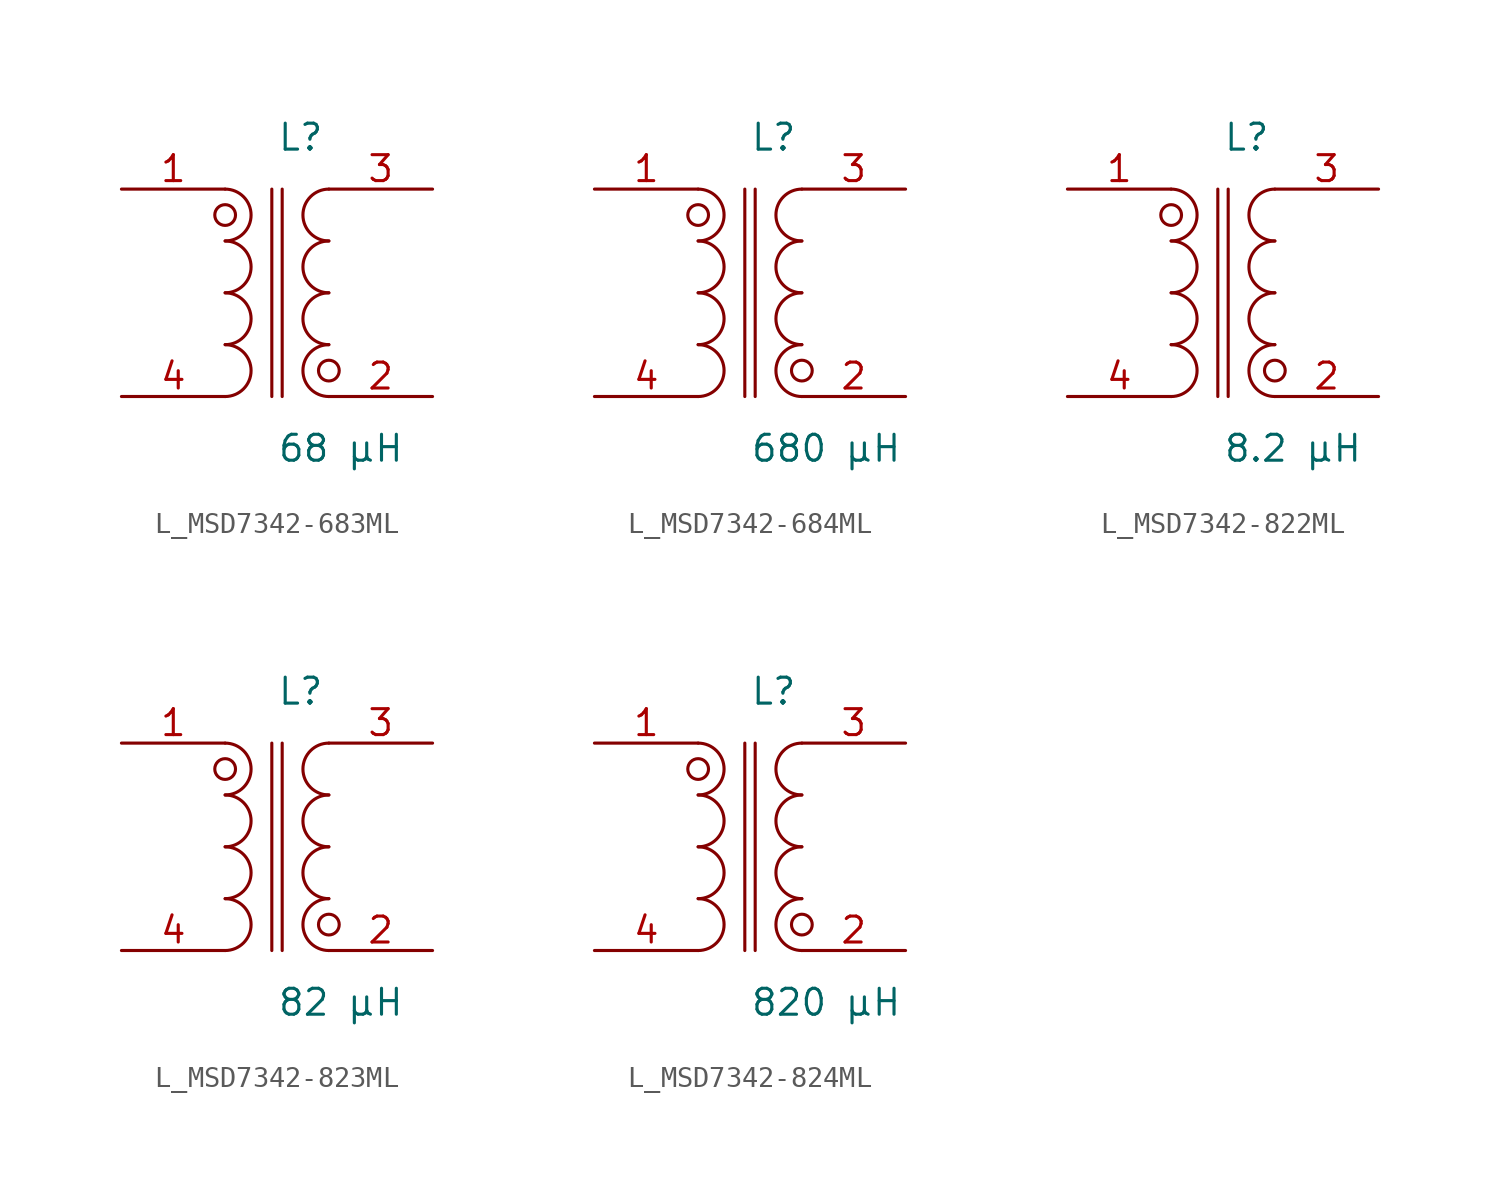
<source format=kicad_sym>
(kicad_symbol_lib
  (version 20231120)
  (generator kicad_symbol_editor)
  (generator_version 8.0)
  (symbol "L_MSD7342-683ML"
    (pin_names
      (offset 0.254))
    (property "Value" "68 µH"
      (at 0 -7.62 0)
      (effects (font (size 1.27 1.27)) (justify left)))
    (property "Reference" "L"
      (at 0 7.62 0)
      (effects (font (size 1.27 1.27)) (justify left)))
    (symbol "L_MSD7342-683ML_1_1"
      (arc (start -2.54 -5.08) (mid -1.27 -3.81) (end -2.54 -2.54) (stroke (width 0) (type default)) (fill (type none)))
      (arc (start -2.54 -2.54) (mid -1.27 -1.27) (end -2.54 0.0) (stroke (width 0) (type default)) (fill (type none)))
      (arc (start -2.54 0.0) (mid -1.27 1.27) (end -2.54 2.54) (stroke (width 0) (type default)) (fill (type none)))
      (arc (start -2.54 2.54) (mid -1.27 3.81) (end -2.54 5.08) (stroke (width 0) (type default)) (fill (type none)))
      (arc (start 2.54 5.08) (mid 1.27 3.81) (end 2.54 2.54) (stroke (width 0) (type default)) (fill (type none)))
      (arc (start 2.54 2.54) (mid 1.27 1.27) (end 2.54 0.0) (stroke (width 0) (type default)) (fill (type none)))
      (arc (start 2.54 0.0) (mid 1.27 -1.27) (end 2.54 -2.54) (stroke (width 0) (type default)) (fill (type none)))
      (arc (start 2.54 -2.54) (mid 1.27 -3.81) (end 2.54 -5.08) (stroke (width 0) (type default)) (fill (type none)))
      (circle (center -2.54 3.81) (radius 0.508) (stroke (width 0) (type default)) (fill (type none)))
      (circle (center 2.54 -3.81) (radius 0.508) (stroke (width 0) (type default)) (fill (type none)))
      (polyline (pts (xy -0.254 5.08) (xy -0.254 -5.08)) (stroke (width 0) (type default)) (fill (type none)))
      (polyline (pts (xy 0.254 5.08) (xy 0.254 -5.08)) (stroke (width 0) (type default)) (fill (type none)))
      (pin unspecified line (at -7.62 5.08 0) (length 5.08) (name "" (effects (font (size 1.27 1.27)))) (number "1" (effects (font (size 1.27 1.27)))))
      (pin unspecified line (at -7.62 -5.08 0) (length 5.08) (name "" (effects (font (size 1.27 1.27)))) (number "4" (effects (font (size 1.27 1.27)))))
      (pin unspecified line (at 7.62 5.08 180) (length 5.08) (name "" (effects (font (size 1.27 1.27)))) (number "3" (effects (font (size 1.27 1.27)))))
      (pin unspecified line (at 7.62 -5.08 180) (length 5.08) (name "" (effects (font (size 1.27 1.27)))) (number "2" (effects (font (size 1.27 1.27)))))))
  (symbol "L_MSD7342-684ML"
    (pin_names
      (offset 0.254))
    (property "Value" "680 µH"
      (at 0 -7.62 0)
      (effects (font (size 1.27 1.27)) (justify left)))
    (property "Reference" "L"
      (at 0 7.62 0)
      (effects (font (size 1.27 1.27)) (justify left)))
    (symbol "L_MSD7342-684ML_1_1"
      (arc (start -2.54 -5.08) (mid -1.27 -3.81) (end -2.54 -2.54) (stroke (width 0) (type default)) (fill (type none)))
      (arc (start -2.54 -2.54) (mid -1.27 -1.27) (end -2.54 0.0) (stroke (width 0) (type default)) (fill (type none)))
      (arc (start -2.54 0.0) (mid -1.27 1.27) (end -2.54 2.54) (stroke (width 0) (type default)) (fill (type none)))
      (arc (start -2.54 2.54) (mid -1.27 3.81) (end -2.54 5.08) (stroke (width 0) (type default)) (fill (type none)))
      (arc (start 2.54 5.08) (mid 1.27 3.81) (end 2.54 2.54) (stroke (width 0) (type default)) (fill (type none)))
      (arc (start 2.54 2.54) (mid 1.27 1.27) (end 2.54 0.0) (stroke (width 0) (type default)) (fill (type none)))
      (arc (start 2.54 0.0) (mid 1.27 -1.27) (end 2.54 -2.54) (stroke (width 0) (type default)) (fill (type none)))
      (arc (start 2.54 -2.54) (mid 1.27 -3.81) (end 2.54 -5.08) (stroke (width 0) (type default)) (fill (type none)))
      (circle (center -2.54 3.81) (radius 0.508) (stroke (width 0) (type default)) (fill (type none)))
      (circle (center 2.54 -3.81) (radius 0.508) (stroke (width 0) (type default)) (fill (type none)))
      (polyline (pts (xy -0.254 5.08) (xy -0.254 -5.08)) (stroke (width 0) (type default)) (fill (type none)))
      (polyline (pts (xy 0.254 5.08) (xy 0.254 -5.08)) (stroke (width 0) (type default)) (fill (type none)))
      (pin unspecified line (at -7.62 5.08 0) (length 5.08) (name "" (effects (font (size 1.27 1.27)))) (number "1" (effects (font (size 1.27 1.27)))))
      (pin unspecified line (at -7.62 -5.08 0) (length 5.08) (name "" (effects (font (size 1.27 1.27)))) (number "4" (effects (font (size 1.27 1.27)))))
      (pin unspecified line (at 7.62 5.08 180) (length 5.08) (name "" (effects (font (size 1.27 1.27)))) (number "3" (effects (font (size 1.27 1.27)))))
      (pin unspecified line (at 7.62 -5.08 180) (length 5.08) (name "" (effects (font (size 1.27 1.27)))) (number "2" (effects (font (size 1.27 1.27)))))))
  (symbol "L_MSD7342-822ML"
    (pin_names
      (offset 0.254))
    (property "Value" "8.2 µH"
      (at 0 -7.62 0)
      (effects (font (size 1.27 1.27)) (justify left)))
    (property "Reference" "L"
      (at 0 7.62 0)
      (effects (font (size 1.27 1.27)) (justify left)))
    (symbol "L_MSD7342-822ML_1_1"
      (arc (start -2.54 -5.08) (mid -1.27 -3.81) (end -2.54 -2.54) (stroke (width 0) (type default)) (fill (type none)))
      (arc (start -2.54 -2.54) (mid -1.27 -1.27) (end -2.54 0.0) (stroke (width 0) (type default)) (fill (type none)))
      (arc (start -2.54 0.0) (mid -1.27 1.27) (end -2.54 2.54) (stroke (width 0) (type default)) (fill (type none)))
      (arc (start -2.54 2.54) (mid -1.27 3.81) (end -2.54 5.08) (stroke (width 0) (type default)) (fill (type none)))
      (arc (start 2.54 5.08) (mid 1.27 3.81) (end 2.54 2.54) (stroke (width 0) (type default)) (fill (type none)))
      (arc (start 2.54 2.54) (mid 1.27 1.27) (end 2.54 0.0) (stroke (width 0) (type default)) (fill (type none)))
      (arc (start 2.54 0.0) (mid 1.27 -1.27) (end 2.54 -2.54) (stroke (width 0) (type default)) (fill (type none)))
      (arc (start 2.54 -2.54) (mid 1.27 -3.81) (end 2.54 -5.08) (stroke (width 0) (type default)) (fill (type none)))
      (circle (center -2.54 3.81) (radius 0.508) (stroke (width 0) (type default)) (fill (type none)))
      (circle (center 2.54 -3.81) (radius 0.508) (stroke (width 0) (type default)) (fill (type none)))
      (polyline (pts (xy -0.254 5.08) (xy -0.254 -5.08)) (stroke (width 0) (type default)) (fill (type none)))
      (polyline (pts (xy 0.254 5.08) (xy 0.254 -5.08)) (stroke (width 0) (type default)) (fill (type none)))
      (pin unspecified line (at -7.62 5.08 0) (length 5.08) (name "" (effects (font (size 1.27 1.27)))) (number "1" (effects (font (size 1.27 1.27)))))
      (pin unspecified line (at -7.62 -5.08 0) (length 5.08) (name "" (effects (font (size 1.27 1.27)))) (number "4" (effects (font (size 1.27 1.27)))))
      (pin unspecified line (at 7.62 5.08 180) (length 5.08) (name "" (effects (font (size 1.27 1.27)))) (number "3" (effects (font (size 1.27 1.27)))))
      (pin unspecified line (at 7.62 -5.08 180) (length 5.08) (name "" (effects (font (size 1.27 1.27)))) (number "2" (effects (font (size 1.27 1.27)))))))
  (symbol "L_MSD7342-823ML"
    (pin_names
      (offset 0.254))
    (property "Value" "82 µH"
      (at 0 -7.62 0)
      (effects (font (size 1.27 1.27)) (justify left)))
    (property "Reference" "L"
      (at 0 7.62 0)
      (effects (font (size 1.27 1.27)) (justify left)))
    (symbol "L_MSD7342-823ML_1_1"
      (arc (start -2.54 -5.08) (mid -1.27 -3.81) (end -2.54 -2.54) (stroke (width 0) (type default)) (fill (type none)))
      (arc (start -2.54 -2.54) (mid -1.27 -1.27) (end -2.54 0.0) (stroke (width 0) (type default)) (fill (type none)))
      (arc (start -2.54 0.0) (mid -1.27 1.27) (end -2.54 2.54) (stroke (width 0) (type default)) (fill (type none)))
      (arc (start -2.54 2.54) (mid -1.27 3.81) (end -2.54 5.08) (stroke (width 0) (type default)) (fill (type none)))
      (arc (start 2.54 5.08) (mid 1.27 3.81) (end 2.54 2.54) (stroke (width 0) (type default)) (fill (type none)))
      (arc (start 2.54 2.54) (mid 1.27 1.27) (end 2.54 0.0) (stroke (width 0) (type default)) (fill (type none)))
      (arc (start 2.54 0.0) (mid 1.27 -1.27) (end 2.54 -2.54) (stroke (width 0) (type default)) (fill (type none)))
      (arc (start 2.54 -2.54) (mid 1.27 -3.81) (end 2.54 -5.08) (stroke (width 0) (type default)) (fill (type none)))
      (circle (center -2.54 3.81) (radius 0.508) (stroke (width 0) (type default)) (fill (type none)))
      (circle (center 2.54 -3.81) (radius 0.508) (stroke (width 0) (type default)) (fill (type none)))
      (polyline (pts (xy -0.254 5.08) (xy -0.254 -5.08)) (stroke (width 0) (type default)) (fill (type none)))
      (polyline (pts (xy 0.254 5.08) (xy 0.254 -5.08)) (stroke (width 0) (type default)) (fill (type none)))
      (pin unspecified line (at -7.62 5.08 0) (length 5.08) (name "" (effects (font (size 1.27 1.27)))) (number "1" (effects (font (size 1.27 1.27)))))
      (pin unspecified line (at -7.62 -5.08 0) (length 5.08) (name "" (effects (font (size 1.27 1.27)))) (number "4" (effects (font (size 1.27 1.27)))))
      (pin unspecified line (at 7.62 5.08 180) (length 5.08) (name "" (effects (font (size 1.27 1.27)))) (number "3" (effects (font (size 1.27 1.27)))))
      (pin unspecified line (at 7.62 -5.08 180) (length 5.08) (name "" (effects (font (size 1.27 1.27)))) (number "2" (effects (font (size 1.27 1.27)))))))
  (symbol "L_MSD7342-824ML"
    (pin_names
      (offset 0.254))
    (property "Value" "820 µH"
      (at 0 -7.62 0)
      (effects (font (size 1.27 1.27)) (justify left)))
    (property "Reference" "L"
      (at 0 7.62 0)
      (effects (font (size 1.27 1.27)) (justify left)))
    (symbol "L_MSD7342-824ML_1_1"
      (arc (start -2.54 -5.08) (mid -1.27 -3.81) (end -2.54 -2.54) (stroke (width 0) (type default)) (fill (type none)))
      (arc (start -2.54 -2.54) (mid -1.27 -1.27) (end -2.54 0.0) (stroke (width 0) (type default)) (fill (type none)))
      (arc (start -2.54 0.0) (mid -1.27 1.27) (end -2.54 2.54) (stroke (width 0) (type default)) (fill (type none)))
      (arc (start -2.54 2.54) (mid -1.27 3.81) (end -2.54 5.08) (stroke (width 0) (type default)) (fill (type none)))
      (arc (start 2.54 5.08) (mid 1.27 3.81) (end 2.54 2.54) (stroke (width 0) (type default)) (fill (type none)))
      (arc (start 2.54 2.54) (mid 1.27 1.27) (end 2.54 0.0) (stroke (width 0) (type default)) (fill (type none)))
      (arc (start 2.54 0.0) (mid 1.27 -1.27) (end 2.54 -2.54) (stroke (width 0) (type default)) (fill (type none)))
      (arc (start 2.54 -2.54) (mid 1.27 -3.81) (end 2.54 -5.08) (stroke (width 0) (type default)) (fill (type none)))
      (circle (center -2.54 3.81) (radius 0.508) (stroke (width 0) (type default)) (fill (type none)))
      (circle (center 2.54 -3.81) (radius 0.508) (stroke (width 0) (type default)) (fill (type none)))
      (polyline (pts (xy -0.254 5.08) (xy -0.254 -5.08)) (stroke (width 0) (type default)) (fill (type none)))
      (polyline (pts (xy 0.254 5.08) (xy 0.254 -5.08)) (stroke (width 0) (type default)) (fill (type none)))
      (pin unspecified line (at -7.62 5.08 0) (length 5.08) (name "" (effects (font (size 1.27 1.27)))) (number "1" (effects (font (size 1.27 1.27)))))
      (pin unspecified line (at -7.62 -5.08 0) (length 5.08) (name "" (effects (font (size 1.27 1.27)))) (number "4" (effects (font (size 1.27 1.27)))))
      (pin unspecified line (at 7.62 5.08 180) (length 5.08) (name "" (effects (font (size 1.27 1.27)))) (number "3" (effects (font (size 1.27 1.27)))))
      (pin unspecified line (at 7.62 -5.08 180) (length 5.08) (name "" (effects (font (size 1.27 1.27)))) (number "2" (effects (font (size 1.27 1.27))))))))
</source>
